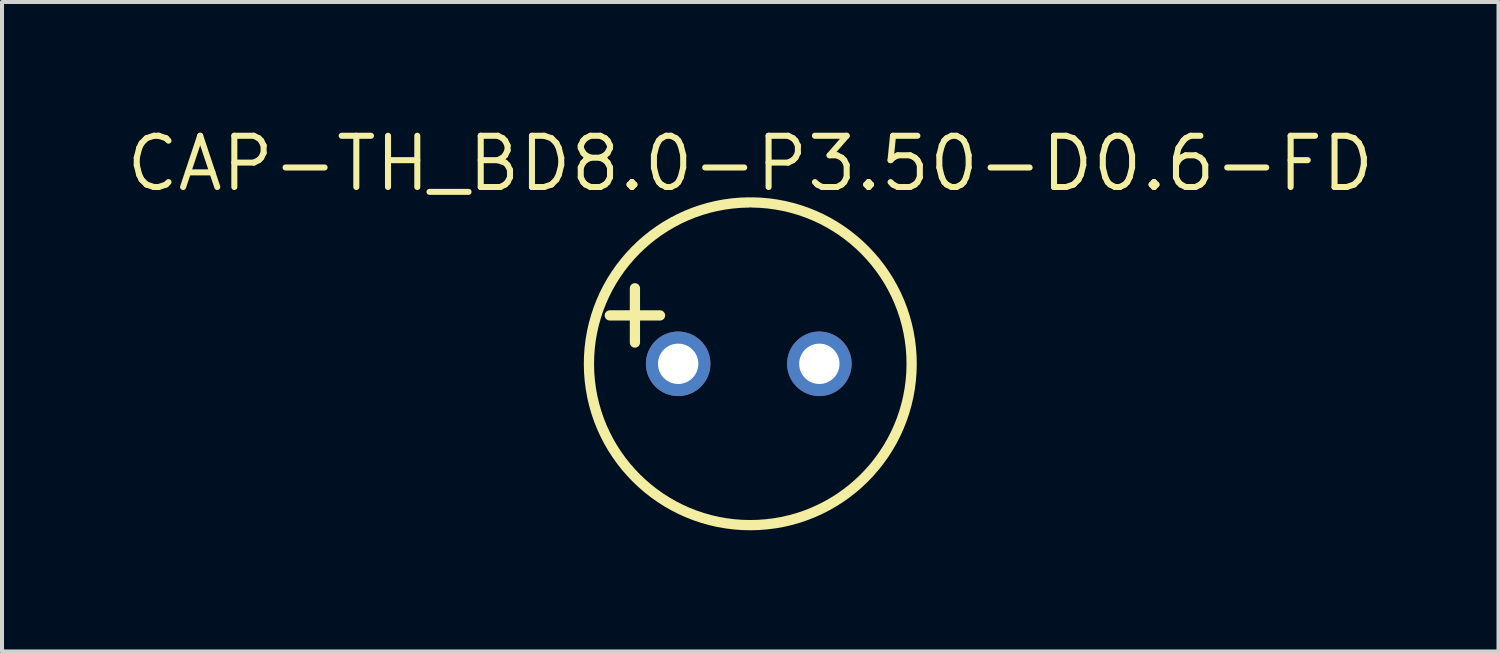
<source format=kicad_pcb>
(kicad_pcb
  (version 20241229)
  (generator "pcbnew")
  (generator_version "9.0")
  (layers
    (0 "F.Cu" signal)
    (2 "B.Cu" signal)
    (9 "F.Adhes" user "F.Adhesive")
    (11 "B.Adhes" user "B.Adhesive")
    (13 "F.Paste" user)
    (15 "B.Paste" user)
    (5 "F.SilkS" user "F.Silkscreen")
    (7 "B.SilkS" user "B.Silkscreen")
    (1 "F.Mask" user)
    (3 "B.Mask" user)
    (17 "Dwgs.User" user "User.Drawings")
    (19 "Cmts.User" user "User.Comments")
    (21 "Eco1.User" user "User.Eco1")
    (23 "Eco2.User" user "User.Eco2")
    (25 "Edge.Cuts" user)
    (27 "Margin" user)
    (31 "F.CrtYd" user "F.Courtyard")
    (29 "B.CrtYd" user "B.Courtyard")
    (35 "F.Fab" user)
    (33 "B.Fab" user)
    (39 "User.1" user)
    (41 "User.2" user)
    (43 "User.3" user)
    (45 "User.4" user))
  (footprint "CAP-TH_BD8.0-P3.50-D0.6-FD"
    (layer "F.Cu")
    (at 15.512 5.969)
    (property "Reference" "CAP-TH_BD8.0-P3.50-D0.6-FD" (at 0.038 -4.963 0) (layer "F.SilkS") (effects (font (size 1.27 1.27) (thickness 0.15))))
    (fp_line (start -2.822 -0.527) (end -2.822 -1.873) (stroke (width 0.254) (type default)) (layer "F.SilkS"))
    (fp_line (start -2.2 -1.2) (end -3.445 -1.2) (stroke (width 0.254) (type default)) (layer "F.SilkS"))
    (fp_arc (start 0.0737 -4.0005) (mid 0.0381 3.999258) (end 0.0025 -4.0005) (stroke (width 0.254) (type default)) (layer "F.SilkS"))
    (fp_circle (center -1.75 0) (end -1.6 0) (stroke (width 0.3) (type default)) (fill no) (layer "User.4"))
    (fp_circle (center 1.75 0) (end 1.9 0) (stroke (width 0.3) (type default)) (fill no) (layer "User.4"))
    (fp_circle (center -4.001 4.072) (end -3.971 4.072) (stroke (width 0.06) (type default)) (fill no) (layer "User.5"))
    (pad "1" thru_hole oval (at -1.75 0 90) (size 1.6 1.6) (drill 1) (layers "*.Cu" "*.Mask"))
    (pad "2" thru_hole oval (at 1.75 0 90) (size 1.6 1.6) (drill 1) (layers "*.Cu" "*.Mask"))
    (zone (net_name "") (layer "F.SilkS") (hatch edge 0.5) (priority 100) (connect_pads yes) (min_thickness 0) (filled_areas_thickness no) (fill yes) (polygon (pts (arc (start 18.261567 8.9687) (mid 19.461567 5.9687) (end 18.261567 2.9687)))) (filled_polygon (layer "F.SilkS") (island) (pts (arc (start 18.261567 8.9687) (mid 19.461567 5.9687) (end 18.261567 2.9687)))))
    (zone (net_name "") (layer "Dwgs.User") (hatch edge 0.5) (priority 100) (connect_pads yes) (min_thickness 0) (filled_areas_thickness no) (fill yes) (polygon (pts (xy 12.312 5.469) (xy 12.312 6.869) (xy 12.712 6.869) (xy 12.712 5.269) (xy 12.712 5.069) (xy 12.312 5.069))) (filled_polygon (layer "Dwgs.User") (island) (pts (xy 12.312 5.469) (xy 12.312 6.869) (xy 12.712 6.869) (xy 12.712 5.269) (xy 12.712 5.069) (xy 12.312 5.069))))
    (zone (net_name "") (layer "Dwgs.User") (hatch edge 0.5) (priority 100) (connect_pads yes) (min_thickness 0) (filled_areas_thickness no) (fill yes) (polygon (pts (xy 13.012 5.769) (xy 11.612 5.769) (xy 11.612 6.169) (xy 13.212 6.169) (xy 13.412 6.169) (xy 13.412 5.769))) (filled_polygon (layer "Dwgs.User") (island) (pts (xy 13.012 5.769) (xy 11.612 5.769) (xy 11.612 6.169) (xy 13.212 6.169) (xy 13.412 6.169) (xy 13.412 5.769))))
    (zone (net_name "") (layer "Dwgs.User") (hatch edge 0.5) (priority 100) (connect_pads yes) (min_thickness 0) (filled_areas_thickness no) (fill yes) (polygon (pts (xy 19.012 5.769) (xy 17.612 5.769) (xy 17.612 6.169) (xy 19.212 6.169) (xy 19.412 6.169) (xy 19.412 5.769))) (filled_polygon (layer "Dwgs.User") (island) (pts (xy 19.012 5.769) (xy 17.612 5.769) (xy 17.612 6.169) (xy 19.212 6.169) (xy 19.412 6.169) (xy 19.412 5.769))))
    (zone (net_name "") (layer "User.3") (hatch edge 0.5) (priority 100) (connect_pads yes) (min_thickness 0) (filled_areas_thickness no) (fill yes) (polygon (pts (arc (start 15.511567 10.0403) (mid 15.510217 2.0403) (end 15.509067 10.0403)))) (filled_polygon (layer "User.3") (island) (pts (arc (start 15.511567 10.0403) (mid 15.510217 2.0403) (end 15.509067 10.0403))))))
  (gr_rect
    (start -3 -3)
    (end 34.099 13.1)
    (stroke (width 0.1) (type default))
    (fill no)
    (layer "Edge.Cuts")))
</source>
